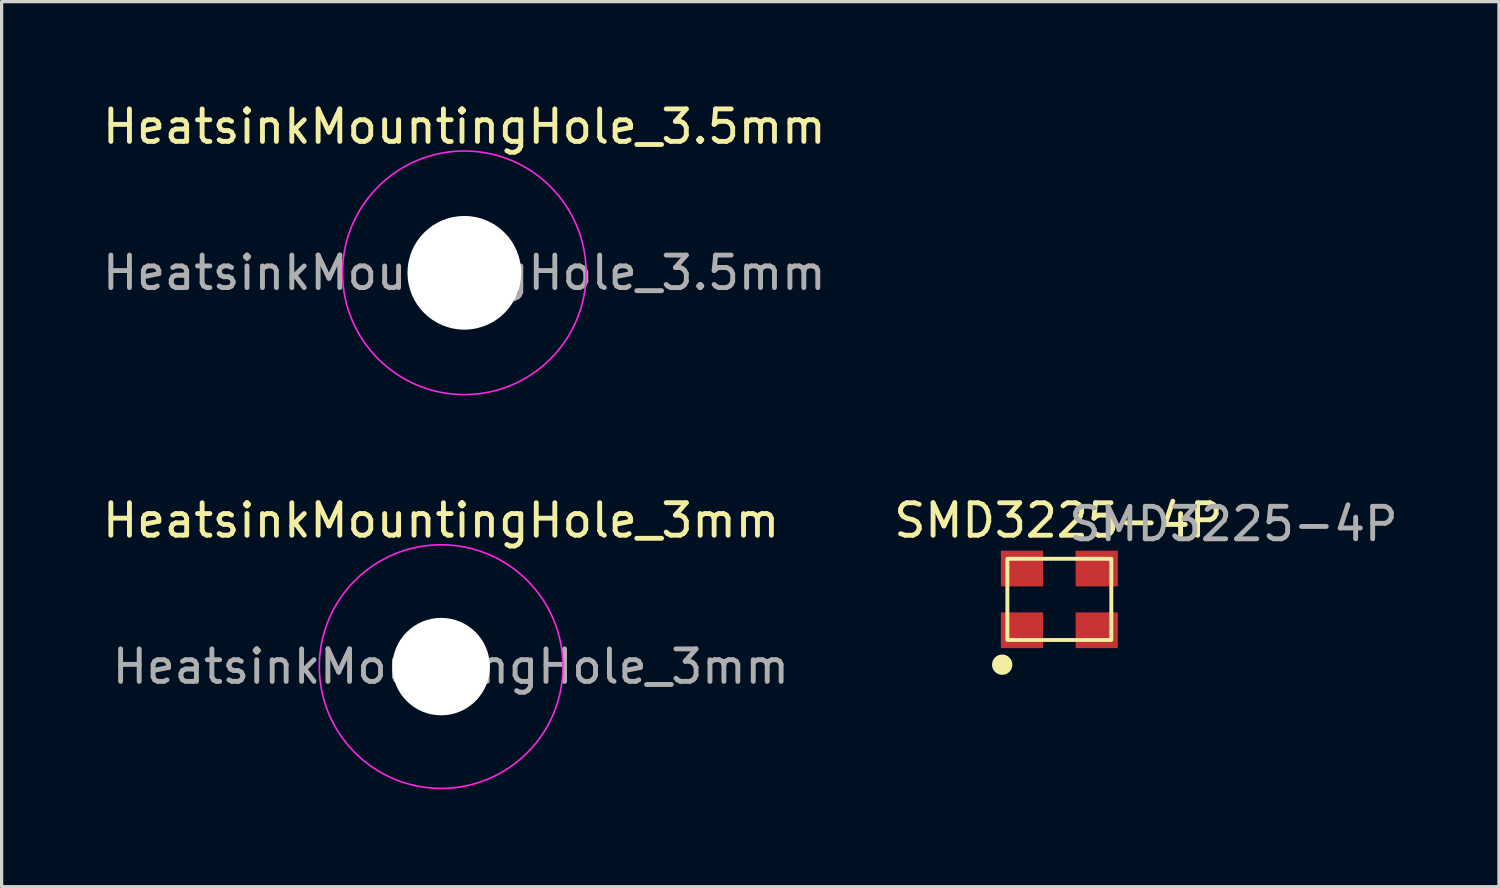
<source format=kicad_pcb>
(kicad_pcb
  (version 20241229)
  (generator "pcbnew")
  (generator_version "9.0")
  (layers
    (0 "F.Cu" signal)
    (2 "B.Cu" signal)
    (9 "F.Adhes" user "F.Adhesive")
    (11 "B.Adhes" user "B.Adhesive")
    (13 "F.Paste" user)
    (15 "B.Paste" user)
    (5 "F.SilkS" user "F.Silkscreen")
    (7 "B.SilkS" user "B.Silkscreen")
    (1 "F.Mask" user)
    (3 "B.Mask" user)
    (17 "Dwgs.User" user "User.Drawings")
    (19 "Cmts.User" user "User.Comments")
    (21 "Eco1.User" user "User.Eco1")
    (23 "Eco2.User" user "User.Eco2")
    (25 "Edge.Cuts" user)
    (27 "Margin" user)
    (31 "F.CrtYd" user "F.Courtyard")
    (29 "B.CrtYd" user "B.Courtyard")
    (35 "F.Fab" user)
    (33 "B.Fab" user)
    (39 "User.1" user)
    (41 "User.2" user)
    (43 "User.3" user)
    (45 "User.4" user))
  (footprint "HeatsinkMountingHole_3.5mm"
    (layer "F.Cu")
    (at 11.244 5.348)
    (property "Reference" "HeatsinkMountingHole_3.5mm" (at 0 -4.5 0) (layer "F.SilkS") (effects (font (size 1 1) (thickness 0.15))))
    (attr exclude_from_pos_files exclude_from_bom)
    (fp_circle (center 0 0) (end 1.75 0) (stroke (width 0.001) (type solid)) (fill no) (layer "Cmts.User"))
    (fp_circle (center 0 0) (end 3.75 0) (stroke (width 0.05) (type solid)) (fill no) (layer "F.CrtYd"))
    (fp_text user "${REFERENCE}" (at 0 0 0) (layer "F.Fab") (effects (font (size 1 1) (thickness 0.15))))
    (pad "" np_thru_hole circle (at 0 0) (size 3.5 3.5) (drill 3.5) (layers "*.Cu" "*.Mask")))
  (footprint "SMD3225-4P"
    (layer "F.Cu")
    (at 29.562 15.402)
    (property "Reference" "SMD3225-4P" (at -0.03 -2.43 0) (unlocked yes) (layer "F.SilkS") (effects (font (size 1 1) (thickness 0.15))))
    (attr smd)
    (fp_rect (start -1.6 -1.25) (end 1.6 1.25) (stroke (width 0.12) (type solid)) (fill no) (layer "F.SilkS"))
    (fp_circle (center -1.76 2.01) (end -1.507 2.01) (stroke (width 0.12) (type solid)) (fill yes) (layer "F.SilkS"))
    (fp_text user "${REFERENCE}" (at 5.36 -2.32 0) (unlocked yes) (layer "F.Fab") (effects (font (size 1 1) (thickness 0.15))))
    (pad "1" smd rect (at -1.15 0.95) (size 1.3 1.1) (layers "F.Cu" "F.Mask" "F.Paste"))
    (pad "2" smd rect (at 1.15 0.95) (size 1.3 1.1) (layers "F.Cu" "F.Mask" "F.Paste"))
    (pad "3" smd rect (at 1.15 -0.95) (size 1.3 1.1) (layers "F.Cu" "F.Mask" "F.Paste"))
    (pad "4" smd rect (at -1.15 -0.95) (size 1.3 1.1) (layers "F.Cu" "F.Mask" "F.Paste")))
  (footprint "HeatsinkMountingHole_3mm"
    (layer "F.Cu")
    (at 10.53 17.471)
    (property "Reference" "HeatsinkMountingHole_3mm" (at 0 -4.5 0) (layer "F.SilkS") (effects (font (size 1 1) (thickness 0.15))))
    (attr exclude_from_pos_files exclude_from_bom)
    (fp_circle (center 0 0) (end 1.5 0) (stroke (width 0.001) (type solid)) (fill no) (layer "Cmts.User"))
    (fp_circle (center 0 0) (end 3.75 0) (stroke (width 0.05) (type solid)) (fill no) (layer "F.CrtYd"))
    (fp_text user "${REFERENCE}" (at 0.3 0 0) (layer "F.Fab") (effects (font (size 1 1) (thickness 0.15))))
    (pad "" np_thru_hole circle (at 0 0) (size 3 3) (drill 3) (layers "*.Cu" "*.Mask")))
  (gr_rect
    (start -3 -3)
    (end 43.095 24.247)
    (stroke (width 0.1) (type default))
    (fill no)
    (layer "Edge.Cuts")))
</source>
